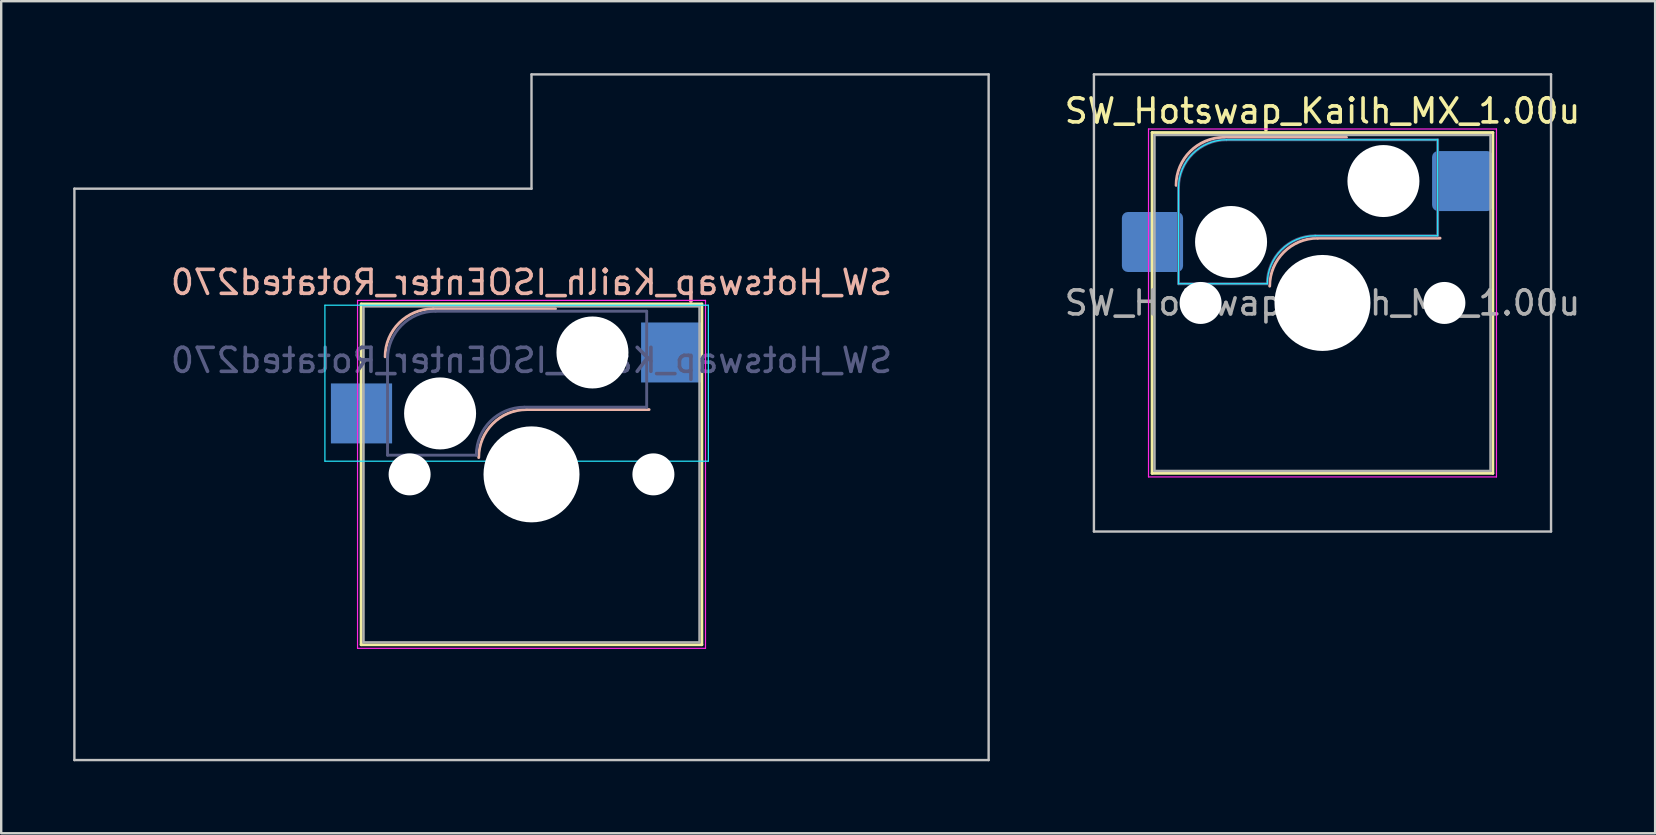
<source format=kicad_pcb>
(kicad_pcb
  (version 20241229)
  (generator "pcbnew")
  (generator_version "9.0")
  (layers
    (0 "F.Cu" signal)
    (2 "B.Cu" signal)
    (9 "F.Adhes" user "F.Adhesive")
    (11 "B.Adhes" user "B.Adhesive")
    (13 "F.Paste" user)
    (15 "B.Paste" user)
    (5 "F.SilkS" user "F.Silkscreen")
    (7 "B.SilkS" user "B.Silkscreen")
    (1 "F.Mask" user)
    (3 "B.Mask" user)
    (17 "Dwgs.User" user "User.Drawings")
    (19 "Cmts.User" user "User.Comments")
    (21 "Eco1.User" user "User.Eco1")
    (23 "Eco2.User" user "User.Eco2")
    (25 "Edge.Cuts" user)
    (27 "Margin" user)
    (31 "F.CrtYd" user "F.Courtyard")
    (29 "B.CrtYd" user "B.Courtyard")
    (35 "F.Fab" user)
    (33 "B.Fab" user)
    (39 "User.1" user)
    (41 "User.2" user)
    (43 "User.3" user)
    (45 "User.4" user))
  (footprint "SW_Hotswap_Kailh_ISOEnter_Rotated270"
    (layer "F.Cu")
    (at 19.1 16.719)
    (property "Reference" "SW_Hotswap_Kailh_ISOEnter_Rotated270" (at 0 -8 0) (layer "B.SilkS") (effects (font (size 1 1) (thickness 0.15)) (justify mirror)))
    (attr smd)
    (fp_line (start -7.1 -7.1) (end -7.1 7.1) (stroke (width 0.12) (type solid)) (layer "F.SilkS"))
    (fp_line (start -7.1 7.1) (end 7.1 7.1) (stroke (width 0.12) (type solid)) (layer "F.SilkS"))
    (fp_line (start 7.1 -7.1) (end -7.1 -7.1) (stroke (width 0.12) (type solid)) (layer "F.SilkS"))
    (fp_line (start 7.1 7.1) (end 7.1 -7.1) (stroke (width 0.12) (type solid)) (layer "F.SilkS"))
    (fp_line (start -4.1 -6.9) (end 1 -6.9) (stroke (width 0.12) (type solid)) (layer "B.SilkS"))
    (fp_line (start -0.2 -2.7) (end 4.9 -2.7) (stroke (width 0.12) (type solid)) (layer "B.SilkS"))
    (fp_arc (start -6.1 -4.9) (mid -5.514214 -6.314214) (end -4.1 -6.9) (stroke (width 0.12) (type solid)) (layer "B.SilkS"))
    (fp_arc (start -2.2 -0.7) (mid -1.614214 -2.114214) (end -0.2 -2.7) (stroke (width 0.12) (type solid)) (layer "B.SilkS"))
    (fp_line (start -19.05 -11.906) (end -19.05 11.906) (stroke (width 0.1) (type solid)) (layer "Dwgs.User"))
    (fp_line (start -19.05 11.906) (end 19.05 11.906) (stroke (width 0.1) (type solid)) (layer "Dwgs.User"))
    (fp_line (start 0 -16.669) (end 0 -11.906) (stroke (width 0.1) (type solid)) (layer "Dwgs.User"))
    (fp_line (start 0 -11.906) (end -19.05 -11.906) (stroke (width 0.1) (type solid)) (layer "Dwgs.User"))
    (fp_line (start 19.05 -16.669) (end 0 -16.669) (stroke (width 0.1) (type solid)) (layer "Dwgs.User"))
    (fp_line (start 19.05 11.906) (end 19.05 -16.669) (stroke (width 0.1) (type solid)) (layer "Dwgs.User"))
    (fp_line (start -8.61 -7.05) (end -8.61 -0.55) (stroke (width 0.05) (type solid)) (layer "B.CrtYd"))
    (fp_line (start -8.61 -0.55) (end 7.37 -0.55) (stroke (width 0.05) (type solid)) (layer "B.CrtYd"))
    (fp_line (start 7.37 -7.05) (end -8.61 -7.05) (stroke (width 0.05) (type solid)) (layer "B.CrtYd"))
    (fp_line (start 7.37 -0.55) (end 7.37 -7.05) (stroke (width 0.05) (type solid)) (layer "B.CrtYd"))
    (fp_line (start -7.25 -7.25) (end -7.25 7.25) (stroke (width 0.05) (type solid)) (layer "F.CrtYd"))
    (fp_line (start -7.25 7.25) (end 7.25 7.25) (stroke (width 0.05) (type solid)) (layer "F.CrtYd"))
    (fp_line (start 7.25 -7.25) (end -7.25 -7.25) (stroke (width 0.05) (type solid)) (layer "F.CrtYd"))
    (fp_line (start 7.25 7.25) (end 7.25 -7.25) (stroke (width 0.05) (type solid)) (layer "F.CrtYd"))
    (fp_line (start -6 -0.8) (end -6 -4.8) (stroke (width 0.12) (type solid)) (layer "B.Fab"))
    (fp_line (start -6 -0.8) (end -2.3 -0.8) (stroke (width 0.12) (type solid)) (layer "B.Fab"))
    (fp_line (start -4 -6.8) (end 4.8 -6.8) (stroke (width 0.12) (type solid)) (layer "B.Fab"))
    (fp_line (start -0.3 -2.8) (end 4.8 -2.8) (stroke (width 0.12) (type solid)) (layer "B.Fab"))
    (fp_line (start 4.8 -6.8) (end 4.8 -2.8) (stroke (width 0.12) (type solid)) (layer "B.Fab"))
    (fp_arc (start -6 -4.8) (mid -5.414214 -6.214214) (end -4 -6.8) (stroke (width 0.12) (type solid)) (layer "B.Fab"))
    (fp_arc (start -2.3 -0.8) (mid -1.714214 -2.214214) (end -0.3 -2.8) (stroke (width 0.12) (type solid)) (layer "B.Fab"))
    (fp_line (start -7 -7) (end -7 7) (stroke (width 0.1) (type solid)) (layer "F.Fab"))
    (fp_line (start -7 7) (end 7 7) (stroke (width 0.1) (type solid)) (layer "F.Fab"))
    (fp_line (start 7 -7) (end -7 -7) (stroke (width 0.1) (type solid)) (layer "F.Fab"))
    (fp_line (start 7 7) (end 7 -7) (stroke (width 0.1) (type solid)) (layer "F.Fab"))
    (fp_text user "${REFERENCE}" (at 0 -4.75 0) (layer "B.Fab") (effects (font (size 1 1) (thickness 0.15)) (justify mirror)))
    (pad "" np_thru_hole circle (at -5.08 0) (size 1.75 1.75) (drill 1.75) (layers "*.Cu" "*.Mask"))
    (pad "" np_thru_hole circle (at -3.81 -2.54) (size 3 3) (drill 3) (layers "*.Cu" "*.Mask"))
    (pad "" np_thru_hole circle (at 0 0) (size 4 4) (drill 4) (layers "*.Cu" "*.Mask"))
    (pad "" np_thru_hole circle (at 2.54 -5.08) (size 3 3) (drill 3) (layers "*.Cu" "*.Mask"))
    (pad "" np_thru_hole circle (at 5.08 0) (size 1.75 1.75) (drill 1.75) (layers "*.Cu" "*.Mask"))
    (pad "1" smd rect (at -7.085 -2.54) (size 2.55 2.5) (layers "B.Cu" "B.Mask" "B.Paste"))
    (pad "2" smd rect (at 5.842 -5.08) (size 2.55 2.5) (layers "B.Cu" "B.Mask" "B.Paste")))
  (footprint "SW_Hotswap_Kailh_MX_1.00u"
    (layer "F.Cu")
    (at 52.063 9.575)
    (property "Reference" "SW_Hotswap_Kailh_MX_1.00u" (at 0 -8 0) (layer "F.SilkS") (effects (font (size 1 1) (thickness 0.15))))
    (attr smd)
    (fp_line (start -7.1 -7.1) (end -7.1 7.1) (stroke (width 0.12) (type solid)) (layer "F.SilkS"))
    (fp_line (start -7.1 7.1) (end 7.1 7.1) (stroke (width 0.12) (type solid)) (layer "F.SilkS"))
    (fp_line (start 7.1 -7.1) (end -7.1 -7.1) (stroke (width 0.12) (type solid)) (layer "F.SilkS"))
    (fp_line (start 7.1 7.1) (end 7.1 -7.1) (stroke (width 0.12) (type solid)) (layer "F.SilkS"))
    (fp_line (start -4.1 -6.9) (end 1 -6.9) (stroke (width 0.12) (type solid)) (layer "B.SilkS"))
    (fp_line (start -0.2 -2.7) (end 4.9 -2.7) (stroke (width 0.12) (type solid)) (layer "B.SilkS"))
    (fp_arc (start -6.1 -4.9) (mid -5.514214 -6.314214) (end -4.1 -6.9) (stroke (width 0.12) (type solid)) (layer "B.SilkS"))
    (fp_arc (start -2.2 -0.7) (mid -1.614214 -2.114214) (end -0.2 -2.7) (stroke (width 0.12) (type solid)) (layer "B.SilkS"))
    (fp_line (start -9.525 -9.525) (end -9.525 9.525) (stroke (width 0.1) (type solid)) (layer "Dwgs.User"))
    (fp_line (start -9.525 9.525) (end 9.525 9.525) (stroke (width 0.1) (type solid)) (layer "Dwgs.User"))
    (fp_line (start 9.525 -9.525) (end -9.525 -9.525) (stroke (width 0.1) (type solid)) (layer "Dwgs.User"))
    (fp_line (start 9.525 9.525) (end 9.525 -9.525) (stroke (width 0.1) (type solid)) (layer "Dwgs.User"))
    (fp_line (start -7.8 -6) (end -7 -6) (stroke (width 0.1) (type solid)) (layer "Eco1.User"))
    (fp_line (start -7.8 -2.9) (end -7.8 -6) (stroke (width 0.1) (type solid)) (layer "Eco1.User"))
    (fp_line (start -7.8 2.9) (end -7 2.9) (stroke (width 0.1) (type solid)) (layer "Eco1.User"))
    (fp_line (start -7.8 6) (end -7.8 2.9) (stroke (width 0.1) (type solid)) (layer "Eco1.User"))
    (fp_line (start -7 -7) (end 7 -7) (stroke (width 0.1) (type solid)) (layer "Eco1.User"))
    (fp_line (start -7 -6) (end -7 -7) (stroke (width 0.1) (type solid)) (layer "Eco1.User"))
    (fp_line (start -7 -2.9) (end -7.8 -2.9) (stroke (width 0.1) (type solid)) (layer "Eco1.User"))
    (fp_line (start -7 2.9) (end -7 -2.9) (stroke (width 0.1) (type solid)) (layer "Eco1.User"))
    (fp_line (start -7 6) (end -7.8 6) (stroke (width 0.1) (type solid)) (layer "Eco1.User"))
    (fp_line (start -7 7) (end -7 6) (stroke (width 0.1) (type solid)) (layer "Eco1.User"))
    (fp_line (start 7 -7) (end 7 -6) (stroke (width 0.1) (type solid)) (layer "Eco1.User"))
    (fp_line (start 7 -6) (end 7.8 -6) (stroke (width 0.1) (type solid)) (layer "Eco1.User"))
    (fp_line (start 7 -2.9) (end 7 2.9) (stroke (width 0.1) (type solid)) (layer "Eco1.User"))
    (fp_line (start 7 2.9) (end 7.8 2.9) (stroke (width 0.1) (type solid)) (layer "Eco1.User"))
    (fp_line (start 7 6) (end 7 7) (stroke (width 0.1) (type solid)) (layer "Eco1.User"))
    (fp_line (start 7 7) (end -7 7) (stroke (width 0.1) (type solid)) (layer "Eco1.User"))
    (fp_line (start 7.8 -6) (end 7.8 -2.9) (stroke (width 0.1) (type solid)) (layer "Eco1.User"))
    (fp_line (start 7.8 -2.9) (end 7 -2.9) (stroke (width 0.1) (type solid)) (layer "Eco1.User"))
    (fp_line (start 7.8 2.9) (end 7.8 6) (stroke (width 0.1) (type solid)) (layer "Eco1.User"))
    (fp_line (start 7.8 6) (end 7 6) (stroke (width 0.1) (type solid)) (layer "Eco1.User"))
    (fp_line (start -6 -0.8) (end -6 -4.8) (stroke (width 0.05) (type solid)) (layer "B.CrtYd"))
    (fp_line (start -6 -0.8) (end -2.3 -0.8) (stroke (width 0.05) (type solid)) (layer "B.CrtYd"))
    (fp_line (start -4 -6.8) (end 4.8 -6.8) (stroke (width 0.05) (type solid)) (layer "B.CrtYd"))
    (fp_line (start -0.3 -2.8) (end 4.8 -2.8) (stroke (width 0.05) (type solid)) (layer "B.CrtYd"))
    (fp_line (start 4.8 -6.8) (end 4.8 -2.8) (stroke (width 0.05) (type solid)) (layer "B.CrtYd"))
    (fp_arc (start -6 -4.8) (mid -5.414214 -6.214214) (end -4 -6.8) (stroke (width 0.05) (type solid)) (layer "B.CrtYd"))
    (fp_arc (start -2.3 -0.8) (mid -1.714214 -2.214214) (end -0.3 -2.8) (stroke (width 0.05) (type solid)) (layer "B.CrtYd"))
    (fp_line (start -7.25 -7.25) (end -7.25 7.25) (stroke (width 0.05) (type solid)) (layer "F.CrtYd"))
    (fp_line (start -7.25 7.25) (end 7.25 7.25) (stroke (width 0.05) (type solid)) (layer "F.CrtYd"))
    (fp_line (start 7.25 -7.25) (end -7.25 -7.25) (stroke (width 0.05) (type solid)) (layer "F.CrtYd"))
    (fp_line (start 7.25 7.25) (end 7.25 -7.25) (stroke (width 0.05) (type solid)) (layer "F.CrtYd"))
    (fp_line (start -6 -0.8) (end -6 -4.8) (stroke (width 0.12) (type solid)) (layer "B.Fab"))
    (fp_line (start -6 -0.8) (end -2.3 -0.8) (stroke (width 0.12) (type solid)) (layer "B.Fab"))
    (fp_line (start -4 -6.8) (end 4.8 -6.8) (stroke (width 0.12) (type solid)) (layer "B.Fab"))
    (fp_line (start -0.3 -2.8) (end 4.8 -2.8) (stroke (width 0.12) (type solid)) (layer "B.Fab"))
    (fp_line (start 4.8 -6.8) (end 4.8 -2.8) (stroke (width 0.12) (type solid)) (layer "B.Fab"))
    (fp_arc (start -6 -4.8) (mid -5.414214 -6.214214) (end -4 -6.8) (stroke (width 0.12) (type solid)) (layer "B.Fab"))
    (fp_arc (start -2.3 -0.8) (mid -1.714214 -2.214214) (end -0.3 -2.8) (stroke (width 0.12) (type solid)) (layer "B.Fab"))
    (fp_line (start -7 -7) (end -7 7) (stroke (width 0.1) (type solid)) (layer "F.Fab"))
    (fp_line (start -7 7) (end 7 7) (stroke (width 0.1) (type solid)) (layer "F.Fab"))
    (fp_line (start 7 -7) (end -7 -7) (stroke (width 0.1) (type solid)) (layer "F.Fab"))
    (fp_line (start 7 7) (end 7 -7) (stroke (width 0.1) (type solid)) (layer "F.Fab"))
    (fp_text user "${REFERENCE}" (at 0 0 0) (layer "F.Fab") (effects (font (size 1 1) (thickness 0.15))))
    (pad "" np_thru_hole circle (at -5.08 0) (size 1.75 1.75) (drill 1.75) (layers "*.Cu" "*.Mask"))
    (pad "" np_thru_hole circle (at -3.81 -2.54) (size 3 3) (drill 3) (layers "*.Cu" "*.Mask"))
    (pad "" np_thru_hole circle (at 0 0) (size 4 4) (drill 4) (layers "*.Cu" "*.Mask"))
    (pad "" np_thru_hole circle (at 2.54 -5.08) (size 3 3) (drill 3) (layers "*.Cu" "*.Mask"))
    (pad "" np_thru_hole circle (at 5.08 0) (size 1.75 1.75) (drill 1.75) (layers "*.Cu" "*.Mask"))
    (pad "1" smd roundrect (at -7.085 -2.54) (size 2.55 2.5) (layers "B.Cu" "B.Mask" "B.Paste") (roundrect_rratio 0.1))
    (pad "2" smd roundrect (at 5.842 -5.08) (size 2.55 2.5) (layers "B.Cu" "B.Mask" "B.Paste") (roundrect_rratio 0.1)))
  (gr_rect
    (start -3 -3)
    (end 65.926 31.675)
    (stroke (width 0.1) (type default))
    (fill no)
    (layer "Edge.Cuts")))
</source>
